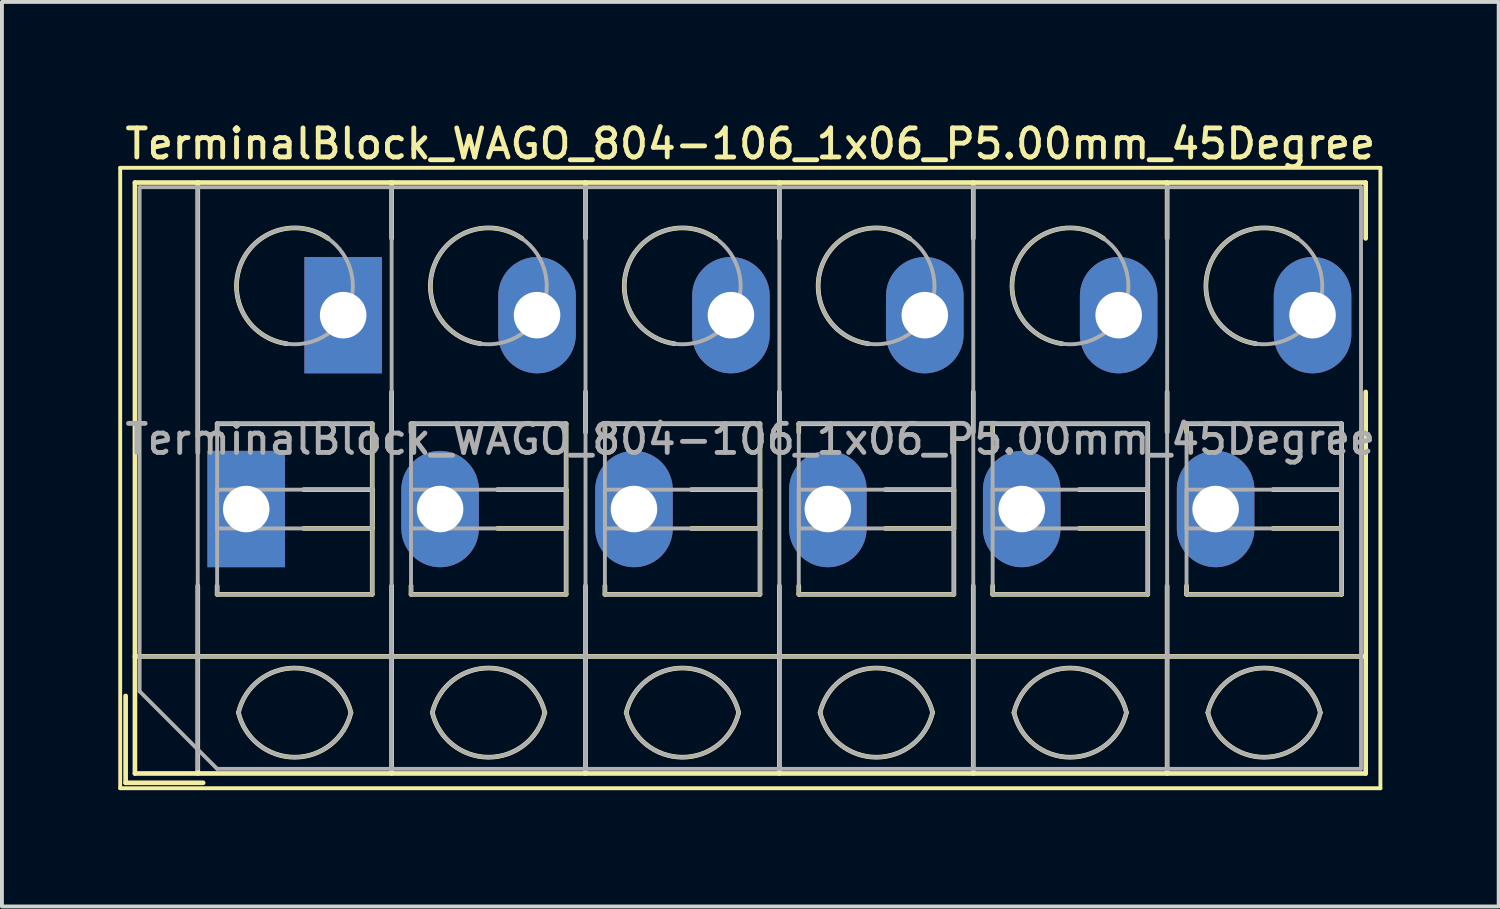
<source format=kicad_pcb>
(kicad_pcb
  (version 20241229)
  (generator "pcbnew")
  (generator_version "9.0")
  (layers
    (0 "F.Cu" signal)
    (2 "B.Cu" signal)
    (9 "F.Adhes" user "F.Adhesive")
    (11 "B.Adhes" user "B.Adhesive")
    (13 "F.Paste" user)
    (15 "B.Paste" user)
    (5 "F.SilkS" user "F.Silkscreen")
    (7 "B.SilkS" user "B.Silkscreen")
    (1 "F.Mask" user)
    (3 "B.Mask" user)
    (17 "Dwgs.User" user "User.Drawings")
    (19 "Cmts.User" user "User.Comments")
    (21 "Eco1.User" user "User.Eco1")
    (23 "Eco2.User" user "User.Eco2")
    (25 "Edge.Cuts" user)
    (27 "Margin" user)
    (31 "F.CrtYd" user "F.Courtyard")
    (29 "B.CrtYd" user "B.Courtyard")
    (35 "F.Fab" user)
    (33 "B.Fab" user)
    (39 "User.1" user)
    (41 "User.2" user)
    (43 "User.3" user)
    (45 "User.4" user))
  (footprint "TerminalBlock_WAGO_804-106_1x06_P5.00mm_45Degree"
    (layer "F.Cu")
    (at 3.3 10.078)
    (property "Reference" "TerminalBlock_WAGO_804-106_1x06_P5.00mm_45Degree" (at 13 -9.42 0) (layer "F.SilkS") (effects (font (size 0.75 0.75) (thickness 0.125))))
    (attr through_hole)
    (fp_line (start -3.25 -8.8) (end -3.25 7.2) (stroke (width 0.1) (type solid)) (layer "F.SilkS"))
    (fp_line (start -3.25 7.2) (end 29.25 7.2) (stroke (width 0.1) (type solid)) (layer "F.SilkS"))
    (fp_line (start -3.11 4.82) (end -3.11 7.06) (stroke (width 0.12) (type solid)) (layer "F.SilkS"))
    (fp_line (start -3.11 7.06) (end -1.11 7.06) (stroke (width 0.12) (type solid)) (layer "F.SilkS"))
    (fp_line (start -2.87 -8.42) (end -2.87 6.82) (stroke (width 0.12) (type solid)) (layer "F.SilkS"))
    (fp_line (start -2.87 -8.42) (end 28.87 -8.42) (stroke (width 0.12) (type solid)) (layer "F.SilkS"))
    (fp_line (start -2.87 3.8) (end 28.87 3.8) (stroke (width 0.12) (type solid)) (layer "F.SilkS"))
    (fp_line (start -2.87 6.82) (end 28.87 6.82) (stroke (width 0.12) (type solid)) (layer "F.SilkS"))
    (fp_line (start -1.25 -8.42) (end -1.25 -1.98) (stroke (width 0.12) (type solid)) (layer "F.SilkS"))
    (fp_line (start -1.25 1.98) (end -1.25 6.82) (stroke (width 0.12) (type solid)) (layer "F.SilkS"))
    (fp_line (start -0.75 -2.2) (end -0.75 -1.98) (stroke (width 0.12) (type solid)) (layer "F.SilkS"))
    (fp_line (start -0.75 -2.2) (end 3.25 -2.2) (stroke (width 0.12) (type solid)) (layer "F.SilkS"))
    (fp_line (start -0.75 1.98) (end -0.75 2.2) (stroke (width 0.12) (type solid)) (layer "F.SilkS"))
    (fp_line (start -0.75 2.2) (end 3.25 2.2) (stroke (width 0.12) (type solid)) (layer "F.SilkS"))
    (fp_line (start 1.48 -0.5) (end 3.25 -0.5) (stroke (width 0.12) (type solid)) (layer "F.SilkS"))
    (fp_line (start 1.48 0.5) (end 3.25 0.5) (stroke (width 0.12) (type solid)) (layer "F.SilkS"))
    (fp_line (start 3.25 -2.2) (end 3.25 2.2) (stroke (width 0.12) (type solid)) (layer "F.SilkS"))
    (fp_line (start 3.25 -0.5) (end 3.25 0.5) (stroke (width 0.12) (type solid)) (layer "F.SilkS"))
    (fp_line (start 3.75 -8.42) (end 3.75 -6.98) (stroke (width 0.12) (type solid)) (layer "F.SilkS"))
    (fp_line (start 3.75 -3.02) (end 3.75 -1.98) (stroke (width 0.12) (type solid)) (layer "F.SilkS"))
    (fp_line (start 3.75 1.98) (end 3.75 6.82) (stroke (width 0.12) (type solid)) (layer "F.SilkS"))
    (fp_line (start 4.25 -2.2) (end 4.25 -1.98) (stroke (width 0.12) (type solid)) (layer "F.SilkS"))
    (fp_line (start 4.25 -2.2) (end 8.25 -2.2) (stroke (width 0.12) (type solid)) (layer "F.SilkS"))
    (fp_line (start 4.25 1.98) (end 4.25 2.2) (stroke (width 0.12) (type solid)) (layer "F.SilkS"))
    (fp_line (start 4.25 2.2) (end 8.25 2.2) (stroke (width 0.12) (type solid)) (layer "F.SilkS"))
    (fp_line (start 6.48 -0.5) (end 8.25 -0.5) (stroke (width 0.12) (type solid)) (layer "F.SilkS"))
    (fp_line (start 6.48 0.5) (end 8.25 0.5) (stroke (width 0.12) (type solid)) (layer "F.SilkS"))
    (fp_line (start 8.25 -2.2) (end 8.25 2.2) (stroke (width 0.12) (type solid)) (layer "F.SilkS"))
    (fp_line (start 8.25 -0.5) (end 8.25 0.5) (stroke (width 0.12) (type solid)) (layer "F.SilkS"))
    (fp_line (start 8.75 -8.42) (end 8.75 -6.98) (stroke (width 0.12) (type solid)) (layer "F.SilkS"))
    (fp_line (start 8.75 -3.02) (end 8.75 -1.98) (stroke (width 0.12) (type solid)) (layer "F.SilkS"))
    (fp_line (start 8.75 1.98) (end 8.75 6.82) (stroke (width 0.12) (type solid)) (layer "F.SilkS"))
    (fp_line (start 9.25 -2.2) (end 9.25 -1.98) (stroke (width 0.12) (type solid)) (layer "F.SilkS"))
    (fp_line (start 9.25 -2.2) (end 13.25 -2.2) (stroke (width 0.12) (type solid)) (layer "F.SilkS"))
    (fp_line (start 9.25 1.98) (end 9.25 2.2) (stroke (width 0.12) (type solid)) (layer "F.SilkS"))
    (fp_line (start 9.25 2.2) (end 13.25 2.2) (stroke (width 0.12) (type solid)) (layer "F.SilkS"))
    (fp_line (start 11.48 -0.5) (end 13.25 -0.5) (stroke (width 0.12) (type solid)) (layer "F.SilkS"))
    (fp_line (start 11.48 0.5) (end 13.25 0.5) (stroke (width 0.12) (type solid)) (layer "F.SilkS"))
    (fp_line (start 13.25 -2.2) (end 13.25 2.2) (stroke (width 0.12) (type solid)) (layer "F.SilkS"))
    (fp_line (start 13.25 -0.5) (end 13.25 0.5) (stroke (width 0.12) (type solid)) (layer "F.SilkS"))
    (fp_line (start 13.75 -8.42) (end 13.75 -6.98) (stroke (width 0.12) (type solid)) (layer "F.SilkS"))
    (fp_line (start 13.75 -3.02) (end 13.75 -1.98) (stroke (width 0.12) (type solid)) (layer "F.SilkS"))
    (fp_line (start 13.75 1.98) (end 13.75 6.82) (stroke (width 0.12) (type solid)) (layer "F.SilkS"))
    (fp_line (start 14.25 -2.2) (end 14.25 -1.98) (stroke (width 0.12) (type solid)) (layer "F.SilkS"))
    (fp_line (start 14.25 -2.2) (end 18.25 -2.2) (stroke (width 0.12) (type solid)) (layer "F.SilkS"))
    (fp_line (start 14.25 1.98) (end 14.25 2.2) (stroke (width 0.12) (type solid)) (layer "F.SilkS"))
    (fp_line (start 14.25 2.2) (end 18.25 2.2) (stroke (width 0.12) (type solid)) (layer "F.SilkS"))
    (fp_line (start 16.48 -0.5) (end 18.25 -0.5) (stroke (width 0.12) (type solid)) (layer "F.SilkS"))
    (fp_line (start 16.48 0.5) (end 18.25 0.5) (stroke (width 0.12) (type solid)) (layer "F.SilkS"))
    (fp_line (start 18.25 -2.2) (end 18.25 2.2) (stroke (width 0.12) (type solid)) (layer "F.SilkS"))
    (fp_line (start 18.25 -0.5) (end 18.25 0.5) (stroke (width 0.12) (type solid)) (layer "F.SilkS"))
    (fp_line (start 18.75 -8.42) (end 18.75 -6.98) (stroke (width 0.12) (type solid)) (layer "F.SilkS"))
    (fp_line (start 18.75 -3.02) (end 18.75 -1.98) (stroke (width 0.12) (type solid)) (layer "F.SilkS"))
    (fp_line (start 18.75 1.98) (end 18.75 6.82) (stroke (width 0.12) (type solid)) (layer "F.SilkS"))
    (fp_line (start 19.25 -2.2) (end 19.25 -1.98) (stroke (width 0.12) (type solid)) (layer "F.SilkS"))
    (fp_line (start 19.25 -2.2) (end 23.25 -2.2) (stroke (width 0.12) (type solid)) (layer "F.SilkS"))
    (fp_line (start 19.25 1.98) (end 19.25 2.2) (stroke (width 0.12) (type solid)) (layer "F.SilkS"))
    (fp_line (start 19.25 2.2) (end 23.25 2.2) (stroke (width 0.12) (type solid)) (layer "F.SilkS"))
    (fp_line (start 21.48 -0.5) (end 23.25 -0.5) (stroke (width 0.12) (type solid)) (layer "F.SilkS"))
    (fp_line (start 21.48 0.5) (end 23.25 0.5) (stroke (width 0.12) (type solid)) (layer "F.SilkS"))
    (fp_line (start 23.25 -2.2) (end 23.25 2.2) (stroke (width 0.12) (type solid)) (layer "F.SilkS"))
    (fp_line (start 23.25 -0.5) (end 23.25 0.5) (stroke (width 0.12) (type solid)) (layer "F.SilkS"))
    (fp_line (start 23.75 -8.42) (end 23.75 -6.98) (stroke (width 0.12) (type solid)) (layer "F.SilkS"))
    (fp_line (start 23.75 -3.02) (end 23.75 -1.98) (stroke (width 0.12) (type solid)) (layer "F.SilkS"))
    (fp_line (start 23.75 1.98) (end 23.75 6.82) (stroke (width 0.12) (type solid)) (layer "F.SilkS"))
    (fp_line (start 24.25 -2.2) (end 24.25 -1.98) (stroke (width 0.12) (type solid)) (layer "F.SilkS"))
    (fp_line (start 24.25 -2.2) (end 28.25 -2.2) (stroke (width 0.12) (type solid)) (layer "F.SilkS"))
    (fp_line (start 24.25 1.98) (end 24.25 2.2) (stroke (width 0.12) (type solid)) (layer "F.SilkS"))
    (fp_line (start 24.25 2.2) (end 28.25 2.2) (stroke (width 0.12) (type solid)) (layer "F.SilkS"))
    (fp_line (start 26.48 -0.5) (end 28.25 -0.5) (stroke (width 0.12) (type solid)) (layer "F.SilkS"))
    (fp_line (start 26.48 0.5) (end 28.25 0.5) (stroke (width 0.12) (type solid)) (layer "F.SilkS"))
    (fp_line (start 28.25 -2.2) (end 28.25 2.2) (stroke (width 0.12) (type solid)) (layer "F.SilkS"))
    (fp_line (start 28.25 -0.5) (end 28.25 0.5) (stroke (width 0.12) (type solid)) (layer "F.SilkS"))
    (fp_line (start 28.87 -8.42) (end 28.87 -6.98) (stroke (width 0.12) (type solid)) (layer "F.SilkS"))
    (fp_line (start 28.87 -3.02) (end 28.87 6.82) (stroke (width 0.12) (type solid)) (layer "F.SilkS"))
    (fp_line (start 29.25 -8.8) (end -3.25 -8.8) (stroke (width 0.1) (type solid)) (layer "F.SilkS"))
    (fp_line (start 29.25 7.2) (end 29.25 -8.8) (stroke (width 0.1) (type solid)) (layer "F.SilkS"))
    (fp_arc (start -0.200865 5.250424) (mid 1.250296 4.099926) (end 2.701 5.251) (stroke (width 0.12) (type solid)) (layer "F.SilkS"))
    (fp_arc (start 1.040798 -4.264067) (mid -0.146039 -6.300306) (end 2.111 -6.979) (stroke (width 0.12) (type solid)) (layer "F.SilkS"))
    (fp_arc (start 2.7 5.25) (mid 1.250068 6.400101) (end -0.199969 5.250133) (stroke (width 0.12) (type solid)) (layer "F.SilkS"))
    (fp_arc (start 4.799135 5.250424) (mid 6.250296 4.099926) (end 7.701 5.251) (stroke (width 0.12) (type solid)) (layer "F.SilkS"))
    (fp_arc (start 6.040798 -4.264067) (mid 4.853961 -6.300306) (end 7.111 -6.979) (stroke (width 0.12) (type solid)) (layer "F.SilkS"))
    (fp_arc (start 7.7 5.25) (mid 6.250068 6.400101) (end 4.800031 5.250133) (stroke (width 0.12) (type solid)) (layer "F.SilkS"))
    (fp_arc (start 9.799135 5.250424) (mid 11.250296 4.099926) (end 12.701 5.251) (stroke (width 0.12) (type solid)) (layer "F.SilkS"))
    (fp_arc (start 11.040798 -4.264067) (mid 9.853961 -6.300306) (end 12.111 -6.979) (stroke (width 0.12) (type solid)) (layer "F.SilkS"))
    (fp_arc (start 12.7 5.25) (mid 11.250068 6.400101) (end 9.800031 5.250133) (stroke (width 0.12) (type solid)) (layer "F.SilkS"))
    (fp_arc (start 14.799135 5.250424) (mid 16.250296 4.099926) (end 17.701 5.251) (stroke (width 0.12) (type solid)) (layer "F.SilkS"))
    (fp_arc (start 16.040798 -4.264067) (mid 14.853961 -6.300306) (end 17.111 -6.979) (stroke (width 0.12) (type solid)) (layer "F.SilkS"))
    (fp_arc (start 17.7 5.25) (mid 16.250068 6.400101) (end 14.800031 5.250133) (stroke (width 0.12) (type solid)) (layer "F.SilkS"))
    (fp_arc (start 19.799135 5.250424) (mid 21.250296 4.099926) (end 22.701 5.251) (stroke (width 0.12) (type solid)) (layer "F.SilkS"))
    (fp_arc (start 21.040798 -4.264067) (mid 19.853961 -6.300306) (end 22.111 -6.979) (stroke (width 0.12) (type solid)) (layer "F.SilkS"))
    (fp_arc (start 22.7 5.25) (mid 21.250068 6.400101) (end 19.800031 5.250133) (stroke (width 0.12) (type solid)) (layer "F.SilkS"))
    (fp_arc (start 24.799135 5.250424) (mid 26.250296 4.099926) (end 27.701 5.251) (stroke (width 0.12) (type solid)) (layer "F.SilkS"))
    (fp_arc (start 26.040798 -4.264067) (mid 24.853961 -6.300306) (end 27.111 -6.979) (stroke (width 0.12) (type solid)) (layer "F.SilkS"))
    (fp_arc (start 27.7 5.25) (mid 26.250068 6.400101) (end 24.800031 5.250133) (stroke (width 0.12) (type solid)) (layer "F.SilkS"))
    (fp_line (start -2.75 -8.3) (end 28.75 -8.3) (stroke (width 0.1) (type solid)) (layer "F.Fab"))
    (fp_line (start -2.75 3.8) (end 28.75 3.8) (stroke (width 0.1) (type solid)) (layer "F.Fab"))
    (fp_line (start -2.75 4.7) (end -2.75 -8.3) (stroke (width 0.1) (type solid)) (layer "F.Fab"))
    (fp_line (start -1.25 -8.3) (end -1.25 6.7) (stroke (width 0.1) (type solid)) (layer "F.Fab"))
    (fp_line (start -0.75 -2.2) (end -0.75 2.2) (stroke (width 0.1) (type solid)) (layer "F.Fab"))
    (fp_line (start -0.75 -0.5) (end -0.75 0.5) (stroke (width 0.1) (type solid)) (layer "F.Fab"))
    (fp_line (start -0.75 0.5) (end 3.25 0.5) (stroke (width 0.1) (type solid)) (layer "F.Fab"))
    (fp_line (start -0.75 2.2) (end 3.25 2.2) (stroke (width 0.1) (type solid)) (layer "F.Fab"))
    (fp_line (start -0.75 6.7) (end -2.75 4.7) (stroke (width 0.1) (type solid)) (layer "F.Fab"))
    (fp_line (start 3.25 -2.2) (end -0.75 -2.2) (stroke (width 0.1) (type solid)) (layer "F.Fab"))
    (fp_line (start 3.25 -0.5) (end -0.75 -0.5) (stroke (width 0.1) (type solid)) (layer "F.Fab"))
    (fp_line (start 3.25 0.5) (end 3.25 -0.5) (stroke (width 0.1) (type solid)) (layer "F.Fab"))
    (fp_line (start 3.25 2.2) (end 3.25 -2.2) (stroke (width 0.1) (type solid)) (layer "F.Fab"))
    (fp_line (start 3.75 -8.3) (end 3.75 6.7) (stroke (width 0.1) (type solid)) (layer "F.Fab"))
    (fp_line (start 4.25 -2.2) (end 4.25 2.2) (stroke (width 0.1) (type solid)) (layer "F.Fab"))
    (fp_line (start 4.25 -0.5) (end 4.25 0.5) (stroke (width 0.1) (type solid)) (layer "F.Fab"))
    (fp_line (start 4.25 0.5) (end 8.25 0.5) (stroke (width 0.1) (type solid)) (layer "F.Fab"))
    (fp_line (start 4.25 2.2) (end 8.25 2.2) (stroke (width 0.1) (type solid)) (layer "F.Fab"))
    (fp_line (start 8.25 -2.2) (end 4.25 -2.2) (stroke (width 0.1) (type solid)) (layer "F.Fab"))
    (fp_line (start 8.25 -0.5) (end 4.25 -0.5) (stroke (width 0.1) (type solid)) (layer "F.Fab"))
    (fp_line (start 8.25 0.5) (end 8.25 -0.5) (stroke (width 0.1) (type solid)) (layer "F.Fab"))
    (fp_line (start 8.25 2.2) (end 8.25 -2.2) (stroke (width 0.1) (type solid)) (layer "F.Fab"))
    (fp_line (start 8.75 -8.3) (end 8.75 6.7) (stroke (width 0.1) (type solid)) (layer "F.Fab"))
    (fp_line (start 9.25 -2.2) (end 9.25 2.2) (stroke (width 0.1) (type solid)) (layer "F.Fab"))
    (fp_line (start 9.25 -0.5) (end 9.25 0.5) (stroke (width 0.1) (type solid)) (layer "F.Fab"))
    (fp_line (start 9.25 0.5) (end 13.25 0.5) (stroke (width 0.1) (type solid)) (layer "F.Fab"))
    (fp_line (start 9.25 2.2) (end 13.25 2.2) (stroke (width 0.1) (type solid)) (layer "F.Fab"))
    (fp_line (start 13.25 -2.2) (end 9.25 -2.2) (stroke (width 0.1) (type solid)) (layer "F.Fab"))
    (fp_line (start 13.25 -0.5) (end 9.25 -0.5) (stroke (width 0.1) (type solid)) (layer "F.Fab"))
    (fp_line (start 13.25 0.5) (end 13.25 -0.5) (stroke (width 0.1) (type solid)) (layer "F.Fab"))
    (fp_line (start 13.25 2.2) (end 13.25 -2.2) (stroke (width 0.1) (type solid)) (layer "F.Fab"))
    (fp_line (start 13.75 -8.3) (end 13.75 6.7) (stroke (width 0.1) (type solid)) (layer "F.Fab"))
    (fp_line (start 14.25 -2.2) (end 14.25 2.2) (stroke (width 0.1) (type solid)) (layer "F.Fab"))
    (fp_line (start 14.25 -0.5) (end 14.25 0.5) (stroke (width 0.1) (type solid)) (layer "F.Fab"))
    (fp_line (start 14.25 0.5) (end 18.25 0.5) (stroke (width 0.1) (type solid)) (layer "F.Fab"))
    (fp_line (start 14.25 2.2) (end 18.25 2.2) (stroke (width 0.1) (type solid)) (layer "F.Fab"))
    (fp_line (start 18.25 -2.2) (end 14.25 -2.2) (stroke (width 0.1) (type solid)) (layer "F.Fab"))
    (fp_line (start 18.25 -0.5) (end 14.25 -0.5) (stroke (width 0.1) (type solid)) (layer "F.Fab"))
    (fp_line (start 18.25 0.5) (end 18.25 -0.5) (stroke (width 0.1) (type solid)) (layer "F.Fab"))
    (fp_line (start 18.25 2.2) (end 18.25 -2.2) (stroke (width 0.1) (type solid)) (layer "F.Fab"))
    (fp_line (start 18.75 -8.3) (end 18.75 6.7) (stroke (width 0.1) (type solid)) (layer "F.Fab"))
    (fp_line (start 19.25 -2.2) (end 19.25 2.2) (stroke (width 0.1) (type solid)) (layer "F.Fab"))
    (fp_line (start 19.25 -0.5) (end 19.25 0.5) (stroke (width 0.1) (type solid)) (layer "F.Fab"))
    (fp_line (start 19.25 0.5) (end 23.25 0.5) (stroke (width 0.1) (type solid)) (layer "F.Fab"))
    (fp_line (start 19.25 2.2) (end 23.25 2.2) (stroke (width 0.1) (type solid)) (layer "F.Fab"))
    (fp_line (start 23.25 -2.2) (end 19.25 -2.2) (stroke (width 0.1) (type solid)) (layer "F.Fab"))
    (fp_line (start 23.25 -0.5) (end 19.25 -0.5) (stroke (width 0.1) (type solid)) (layer "F.Fab"))
    (fp_line (start 23.25 0.5) (end 23.25 -0.5) (stroke (width 0.1) (type solid)) (layer "F.Fab"))
    (fp_line (start 23.25 2.2) (end 23.25 -2.2) (stroke (width 0.1) (type solid)) (layer "F.Fab"))
    (fp_line (start 23.75 -8.3) (end 23.75 6.7) (stroke (width 0.1) (type solid)) (layer "F.Fab"))
    (fp_line (start 24.25 -2.2) (end 24.25 2.2) (stroke (width 0.1) (type solid)) (layer "F.Fab"))
    (fp_line (start 24.25 -0.5) (end 24.25 0.5) (stroke (width 0.1) (type solid)) (layer "F.Fab"))
    (fp_line (start 24.25 0.5) (end 28.25 0.5) (stroke (width 0.1) (type solid)) (layer "F.Fab"))
    (fp_line (start 24.25 2.2) (end 28.25 2.2) (stroke (width 0.1) (type solid)) (layer "F.Fab"))
    (fp_line (start 28.25 -2.2) (end 24.25 -2.2) (stroke (width 0.1) (type solid)) (layer "F.Fab"))
    (fp_line (start 28.25 -0.5) (end 24.25 -0.5) (stroke (width 0.1) (type solid)) (layer "F.Fab"))
    (fp_line (start 28.25 0.5) (end 28.25 -0.5) (stroke (width 0.1) (type solid)) (layer "F.Fab"))
    (fp_line (start 28.25 2.2) (end 28.25 -2.2) (stroke (width 0.1) (type solid)) (layer "F.Fab"))
    (fp_line (start 28.75 -8.3) (end 28.75 6.7) (stroke (width 0.1) (type solid)) (layer "F.Fab"))
    (fp_line (start 28.75 6.7) (end -0.75 6.7) (stroke (width 0.1) (type solid)) (layer "F.Fab"))
    (fp_arc (start -0.200865 5.250424) (mid 1.250296 4.099926) (end 2.701 5.251) (stroke (width 0.1) (type solid)) (layer "F.Fab"))
    (fp_arc (start 2.7 5.25) (mid 1.250068 6.400101) (end -0.199969 5.250133) (stroke (width 0.1) (type solid)) (layer "F.Fab"))
    (fp_arc (start 4.799135 5.250424) (mid 6.250296 4.099926) (end 7.701 5.251) (stroke (width 0.1) (type solid)) (layer "F.Fab"))
    (fp_arc (start 7.7 5.25) (mid 6.250068 6.400101) (end 4.800031 5.250133) (stroke (width 0.1) (type solid)) (layer "F.Fab"))
    (fp_arc (start 9.799135 5.250424) (mid 11.250296 4.099926) (end 12.701 5.251) (stroke (width 0.1) (type solid)) (layer "F.Fab"))
    (fp_arc (start 12.7 5.25) (mid 11.250068 6.400101) (end 9.800031 5.250133) (stroke (width 0.1) (type solid)) (layer "F.Fab"))
    (fp_arc (start 14.799135 5.250424) (mid 16.250296 4.099926) (end 17.701 5.251) (stroke (width 0.1) (type solid)) (layer "F.Fab"))
    (fp_arc (start 17.7 5.25) (mid 16.250068 6.400101) (end 14.800031 5.250133) (stroke (width 0.1) (type solid)) (layer "F.Fab"))
    (fp_arc (start 19.799135 5.250424) (mid 21.250296 4.099926) (end 22.701 5.251) (stroke (width 0.1) (type solid)) (layer "F.Fab"))
    (fp_arc (start 22.7 5.25) (mid 21.250068 6.400101) (end 19.800031 5.250133) (stroke (width 0.1) (type solid)) (layer "F.Fab"))
    (fp_arc (start 24.799135 5.250424) (mid 26.250296 4.099926) (end 27.701 5.251) (stroke (width 0.1) (type solid)) (layer "F.Fab"))
    (fp_arc (start 27.7 5.25) (mid 26.250068 6.400101) (end 24.800031 5.250133) (stroke (width 0.1) (type solid)) (layer "F.Fab"))
    (fp_circle (center 1.25 -5.75) (end 2.75 -5.75) (stroke (width 0.1) (type solid)) (fill no) (layer "F.Fab"))
    (fp_circle (center 6.25 -5.75) (end 7.75 -5.75) (stroke (width 0.1) (type solid)) (fill no) (layer "F.Fab"))
    (fp_circle (center 11.25 -5.75) (end 12.75 -5.75) (stroke (width 0.1) (type solid)) (fill no) (layer "F.Fab"))
    (fp_circle (center 16.25 -5.75) (end 17.75 -5.75) (stroke (width 0.1) (type solid)) (fill no) (layer "F.Fab"))
    (fp_circle (center 21.25 -5.75) (end 22.75 -5.75) (stroke (width 0.1) (type solid)) (fill no) (layer "F.Fab"))
    (fp_circle (center 26.25 -5.75) (end 27.75 -5.75) (stroke (width 0.1) (type solid)) (fill no) (layer "F.Fab"))
    (fp_text user "${REFERENCE}" (at 13 -1.8 0) (layer "F.Fab") (effects (font (size 0.75 0.75) (thickness 0.125))))
    (pad "1" thru_hole rect (at 0 0) (size 2 3) (drill 1.2) (layers "*.Cu" "*.Mask"))
    (pad "1" thru_hole rect (at 2.5 -5) (size 2 3) (drill 1.2) (layers "*.Cu" "*.Mask"))
    (pad "2" thru_hole oval (at 5 0) (size 2 3) (drill 1.2) (layers "*.Cu" "*.Mask"))
    (pad "2" thru_hole oval (at 7.5 -5) (size 2 3) (drill 1.2) (layers "*.Cu" "*.Mask"))
    (pad "3" thru_hole oval (at 10 0) (size 2 3) (drill 1.2) (layers "*.Cu" "*.Mask"))
    (pad "3" thru_hole oval (at 12.5 -5) (size 2 3) (drill 1.2) (layers "*.Cu" "*.Mask"))
    (pad "4" thru_hole oval (at 15 0) (size 2 3) (drill 1.2) (layers "*.Cu" "*.Mask"))
    (pad "4" thru_hole oval (at 17.5 -5) (size 2 3) (drill 1.2) (layers "*.Cu" "*.Mask"))
    (pad "5" thru_hole oval (at 20 0) (size 2 3) (drill 1.2) (layers "*.Cu" "*.Mask"))
    (pad "5" thru_hole oval (at 22.5 -5) (size 2 3) (drill 1.2) (layers "*.Cu" "*.Mask"))
    (pad "6" thru_hole oval (at 25 0) (size 2 3) (drill 1.2) (layers "*.Cu" "*.Mask"))
    (pad "6" thru_hole oval (at 27.5 -5) (size 2 3) (drill 1.2) (layers "*.Cu" "*.Mask")))
  (gr_rect
    (start -3 -3)
    (end 35.6 20.328)
    (stroke (width 0.1) (type default))
    (fill no)
    (layer "Edge.Cuts")))
</source>
